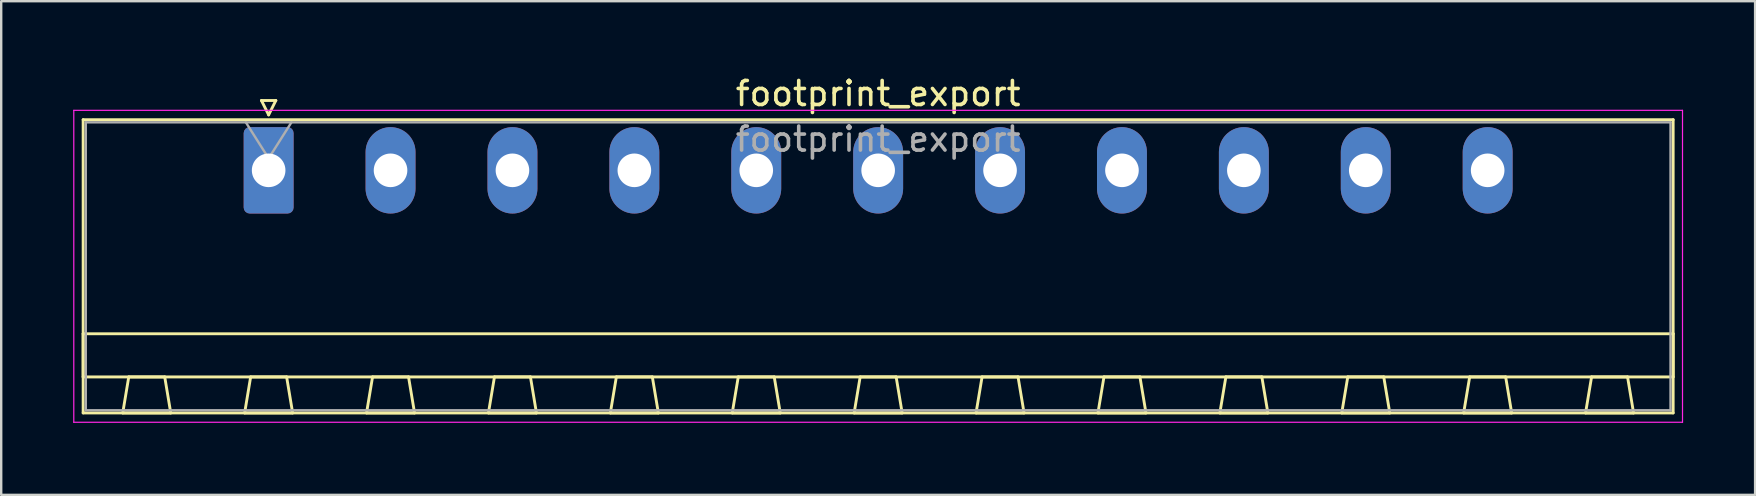
<source format=kicad_pcb>
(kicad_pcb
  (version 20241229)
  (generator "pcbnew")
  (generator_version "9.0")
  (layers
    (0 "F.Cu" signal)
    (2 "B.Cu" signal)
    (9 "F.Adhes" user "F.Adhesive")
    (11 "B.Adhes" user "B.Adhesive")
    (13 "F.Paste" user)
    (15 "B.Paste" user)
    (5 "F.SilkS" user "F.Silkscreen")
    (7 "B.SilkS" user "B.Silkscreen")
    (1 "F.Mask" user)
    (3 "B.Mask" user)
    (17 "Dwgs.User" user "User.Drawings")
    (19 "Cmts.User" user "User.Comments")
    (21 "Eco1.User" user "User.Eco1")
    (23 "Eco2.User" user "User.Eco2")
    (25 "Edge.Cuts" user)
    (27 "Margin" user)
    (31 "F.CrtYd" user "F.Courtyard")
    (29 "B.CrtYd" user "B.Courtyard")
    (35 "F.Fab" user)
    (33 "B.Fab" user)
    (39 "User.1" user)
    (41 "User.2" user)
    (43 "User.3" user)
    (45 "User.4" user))
  (footprint "footprint_export"
    (layer "F.Cu")
    (at 8.145 4.048)
    (property "Reference" "footprint_export" (at 25.4 -3.2 0) (layer "F.SilkS") (effects (font (size 1 1) (thickness 0.15))))
    (attr through_hole)
    (fp_line (start -7.73 -2.11) (end -7.73 10.11) (stroke (width 0.12) (type solid)) (layer "F.SilkS"))
    (fp_line (start -7.73 6.81) (end 58.53 6.81) (stroke (width 0.12) (type solid)) (layer "F.SilkS"))
    (fp_line (start -7.73 8.61) (end -7.73 6.81) (stroke (width 0.12) (type solid)) (layer "F.SilkS"))
    (fp_line (start -7.73 10.11) (end 58.53 10.11) (stroke (width 0.12) (type solid)) (layer "F.SilkS"))
    (fp_line (start -6.08 10.11) (end -4.08 10.11) (stroke (width 0.12) (type solid)) (layer "F.SilkS"))
    (fp_line (start -5.83 8.61) (end -6.08 10.11) (stroke (width 0.12) (type solid)) (layer "F.SilkS"))
    (fp_line (start -4.33 8.61) (end -5.83 8.61) (stroke (width 0.12) (type solid)) (layer "F.SilkS"))
    (fp_line (start -4.08 10.11) (end -4.33 8.61) (stroke (width 0.12) (type solid)) (layer "F.SilkS"))
    (fp_line (start -1 10.11) (end 1 10.11) (stroke (width 0.12) (type solid)) (layer "F.SilkS"))
    (fp_line (start -0.75 8.61) (end -1 10.11) (stroke (width 0.12) (type solid)) (layer "F.SilkS"))
    (fp_line (start -0.3 -2.91) (end 0.3 -2.91) (stroke (width 0.12) (type solid)) (layer "F.SilkS"))
    (fp_line (start 0 -2.31) (end -0.3 -2.91) (stroke (width 0.12) (type solid)) (layer "F.SilkS"))
    (fp_line (start 0.3 -2.91) (end 0 -2.31) (stroke (width 0.12) (type solid)) (layer "F.SilkS"))
    (fp_line (start 0.75 8.61) (end -0.75 8.61) (stroke (width 0.12) (type solid)) (layer "F.SilkS"))
    (fp_line (start 1 10.11) (end 0.75 8.61) (stroke (width 0.12) (type solid)) (layer "F.SilkS"))
    (fp_line (start 4.08 10.11) (end 6.08 10.11) (stroke (width 0.12) (type solid)) (layer "F.SilkS"))
    (fp_line (start 4.33 8.61) (end 4.08 10.11) (stroke (width 0.12) (type solid)) (layer "F.SilkS"))
    (fp_line (start 5.83 8.61) (end 4.33 8.61) (stroke (width 0.12) (type solid)) (layer "F.SilkS"))
    (fp_line (start 6.08 10.11) (end 5.83 8.61) (stroke (width 0.12) (type solid)) (layer "F.SilkS"))
    (fp_line (start 9.16 10.11) (end 11.16 10.11) (stroke (width 0.12) (type solid)) (layer "F.SilkS"))
    (fp_line (start 9.41 8.61) (end 9.16 10.11) (stroke (width 0.12) (type solid)) (layer "F.SilkS"))
    (fp_line (start 10.91 8.61) (end 9.41 8.61) (stroke (width 0.12) (type solid)) (layer "F.SilkS"))
    (fp_line (start 11.16 10.11) (end 10.91 8.61) (stroke (width 0.12) (type solid)) (layer "F.SilkS"))
    (fp_line (start 14.24 10.11) (end 16.24 10.11) (stroke (width 0.12) (type solid)) (layer "F.SilkS"))
    (fp_line (start 14.49 8.61) (end 14.24 10.11) (stroke (width 0.12) (type solid)) (layer "F.SilkS"))
    (fp_line (start 15.99 8.61) (end 14.49 8.61) (stroke (width 0.12) (type solid)) (layer "F.SilkS"))
    (fp_line (start 16.24 10.11) (end 15.99 8.61) (stroke (width 0.12) (type solid)) (layer "F.SilkS"))
    (fp_line (start 19.32 10.11) (end 21.32 10.11) (stroke (width 0.12) (type solid)) (layer "F.SilkS"))
    (fp_line (start 19.57 8.61) (end 19.32 10.11) (stroke (width 0.12) (type solid)) (layer "F.SilkS"))
    (fp_line (start 21.07 8.61) (end 19.57 8.61) (stroke (width 0.12) (type solid)) (layer "F.SilkS"))
    (fp_line (start 21.32 10.11) (end 21.07 8.61) (stroke (width 0.12) (type solid)) (layer "F.SilkS"))
    (fp_line (start 24.4 10.11) (end 26.4 10.11) (stroke (width 0.12) (type solid)) (layer "F.SilkS"))
    (fp_line (start 24.65 8.61) (end 24.4 10.11) (stroke (width 0.12) (type solid)) (layer "F.SilkS"))
    (fp_line (start 26.15 8.61) (end 24.65 8.61) (stroke (width 0.12) (type solid)) (layer "F.SilkS"))
    (fp_line (start 26.4 10.11) (end 26.15 8.61) (stroke (width 0.12) (type solid)) (layer "F.SilkS"))
    (fp_line (start 29.48 10.11) (end 31.48 10.11) (stroke (width 0.12) (type solid)) (layer "F.SilkS"))
    (fp_line (start 29.73 8.61) (end 29.48 10.11) (stroke (width 0.12) (type solid)) (layer "F.SilkS"))
    (fp_line (start 31.23 8.61) (end 29.73 8.61) (stroke (width 0.12) (type solid)) (layer "F.SilkS"))
    (fp_line (start 31.48 10.11) (end 31.23 8.61) (stroke (width 0.12) (type solid)) (layer "F.SilkS"))
    (fp_line (start 34.56 10.11) (end 36.56 10.11) (stroke (width 0.12) (type solid)) (layer "F.SilkS"))
    (fp_line (start 34.81 8.61) (end 34.56 10.11) (stroke (width 0.12) (type solid)) (layer "F.SilkS"))
    (fp_line (start 36.31 8.61) (end 34.81 8.61) (stroke (width 0.12) (type solid)) (layer "F.SilkS"))
    (fp_line (start 36.56 10.11) (end 36.31 8.61) (stroke (width 0.12) (type solid)) (layer "F.SilkS"))
    (fp_line (start 39.64 10.11) (end 41.64 10.11) (stroke (width 0.12) (type solid)) (layer "F.SilkS"))
    (fp_line (start 39.89 8.61) (end 39.64 10.11) (stroke (width 0.12) (type solid)) (layer "F.SilkS"))
    (fp_line (start 41.39 8.61) (end 39.89 8.61) (stroke (width 0.12) (type solid)) (layer "F.SilkS"))
    (fp_line (start 41.64 10.11) (end 41.39 8.61) (stroke (width 0.12) (type solid)) (layer "F.SilkS"))
    (fp_line (start 44.72 10.11) (end 46.72 10.11) (stroke (width 0.12) (type solid)) (layer "F.SilkS"))
    (fp_line (start 44.97 8.61) (end 44.72 10.11) (stroke (width 0.12) (type solid)) (layer "F.SilkS"))
    (fp_line (start 46.47 8.61) (end 44.97 8.61) (stroke (width 0.12) (type solid)) (layer "F.SilkS"))
    (fp_line (start 46.72 10.11) (end 46.47 8.61) (stroke (width 0.12) (type solid)) (layer "F.SilkS"))
    (fp_line (start 49.8 10.11) (end 51.8 10.11) (stroke (width 0.12) (type solid)) (layer "F.SilkS"))
    (fp_line (start 50.05 8.61) (end 49.8 10.11) (stroke (width 0.12) (type solid)) (layer "F.SilkS"))
    (fp_line (start 51.55 8.61) (end 50.05 8.61) (stroke (width 0.12) (type solid)) (layer "F.SilkS"))
    (fp_line (start 51.8 10.11) (end 51.55 8.61) (stroke (width 0.12) (type solid)) (layer "F.SilkS"))
    (fp_line (start 54.88 10.11) (end 56.88 10.11) (stroke (width 0.12) (type solid)) (layer "F.SilkS"))
    (fp_line (start 55.13 8.61) (end 54.88 10.11) (stroke (width 0.12) (type solid)) (layer "F.SilkS"))
    (fp_line (start 56.63 8.61) (end 55.13 8.61) (stroke (width 0.12) (type solid)) (layer "F.SilkS"))
    (fp_line (start 56.88 10.11) (end 56.63 8.61) (stroke (width 0.12) (type solid)) (layer "F.SilkS"))
    (fp_line (start 58.53 -2.11) (end -7.73 -2.11) (stroke (width 0.12) (type solid)) (layer "F.SilkS"))
    (fp_line (start 58.53 6.81) (end 58.53 8.61) (stroke (width 0.12) (type solid)) (layer "F.SilkS"))
    (fp_line (start 58.53 8.61) (end -7.73 8.61) (stroke (width 0.12) (type solid)) (layer "F.SilkS"))
    (fp_line (start 58.53 10.11) (end 58.53 -2.11) (stroke (width 0.12) (type solid)) (layer "F.SilkS"))
    (fp_line (start -8.12 -2.5) (end -8.12 10.5) (stroke (width 0.05) (type solid)) (layer "F.CrtYd"))
    (fp_line (start -8.12 10.5) (end 58.92 10.5) (stroke (width 0.05) (type solid)) (layer "F.CrtYd"))
    (fp_line (start 58.92 -2.5) (end -8.12 -2.5) (stroke (width 0.05) (type solid)) (layer "F.CrtYd"))
    (fp_line (start 58.92 10.5) (end 58.92 -2.5) (stroke (width 0.05) (type solid)) (layer "F.CrtYd"))
    (fp_line (start -7.62 -2) (end -7.62 10) (stroke (width 0.1) (type solid)) (layer "F.Fab"))
    (fp_line (start -7.62 10) (end 58.42 10) (stroke (width 0.1) (type solid)) (layer "F.Fab"))
    (fp_line (start 0 -0.5) (end -0.95 -2) (stroke (width 0.1) (type solid)) (layer "F.Fab"))
    (fp_line (start 0.95 -2) (end 0 -0.5) (stroke (width 0.1) (type solid)) (layer "F.Fab"))
    (fp_line (start 58.42 -2) (end -7.62 -2) (stroke (width 0.1) (type solid)) (layer "F.Fab"))
    (fp_line (start 58.42 10) (end 58.42 -2) (stroke (width 0.1) (type solid)) (layer "F.Fab"))
    (fp_text user "${REFERENCE}" (at 25.4 -1.3 0) (layer "F.Fab") (effects (font (size 1 1) (thickness 0.15))))
    (pad "1" thru_hole roundrect (at 0 0) (size 2.08 3.6) (drill 1.4) (layers "*.Cu" "*.Mask") (roundrect_rratio 0.12))
    (pad "2" thru_hole oval (at 5.08 0) (size 2.08 3.6) (drill 1.4) (layers "*.Cu" "*.Mask"))
    (pad "3" thru_hole oval (at 10.16 0) (size 2.08 3.6) (drill 1.4) (layers "*.Cu" "*.Mask"))
    (pad "4" thru_hole oval (at 15.24 0) (size 2.08 3.6) (drill 1.4) (layers "*.Cu" "*.Mask"))
    (pad "5" thru_hole oval (at 20.32 0) (size 2.08 3.6) (drill 1.4) (layers "*.Cu" "*.Mask"))
    (pad "6" thru_hole oval (at 25.4 0) (size 2.08 3.6) (drill 1.4) (layers "*.Cu" "*.Mask"))
    (pad "7" thru_hole oval (at 30.48 0) (size 2.08 3.6) (drill 1.4) (layers "*.Cu" "*.Mask"))
    (pad "8" thru_hole oval (at 35.56 0) (size 2.08 3.6) (drill 1.4) (layers "*.Cu" "*.Mask"))
    (pad "9" thru_hole oval (at 40.64 0) (size 2.08 3.6) (drill 1.4) (layers "*.Cu" "*.Mask"))
    (pad "10" thru_hole oval (at 45.72 0) (size 2.08 3.6) (drill 1.4) (layers "*.Cu" "*.Mask"))
    (pad "11" thru_hole oval (at 50.8 0) (size 2.08 3.6) (drill 1.4) (layers "*.Cu" "*.Mask")))
  (gr_rect
    (start -3 -3)
    (end 70.09 17.573)
    (stroke (width 0.1) (type default))
    (fill no)
    (layer "Edge.Cuts")))
</source>
